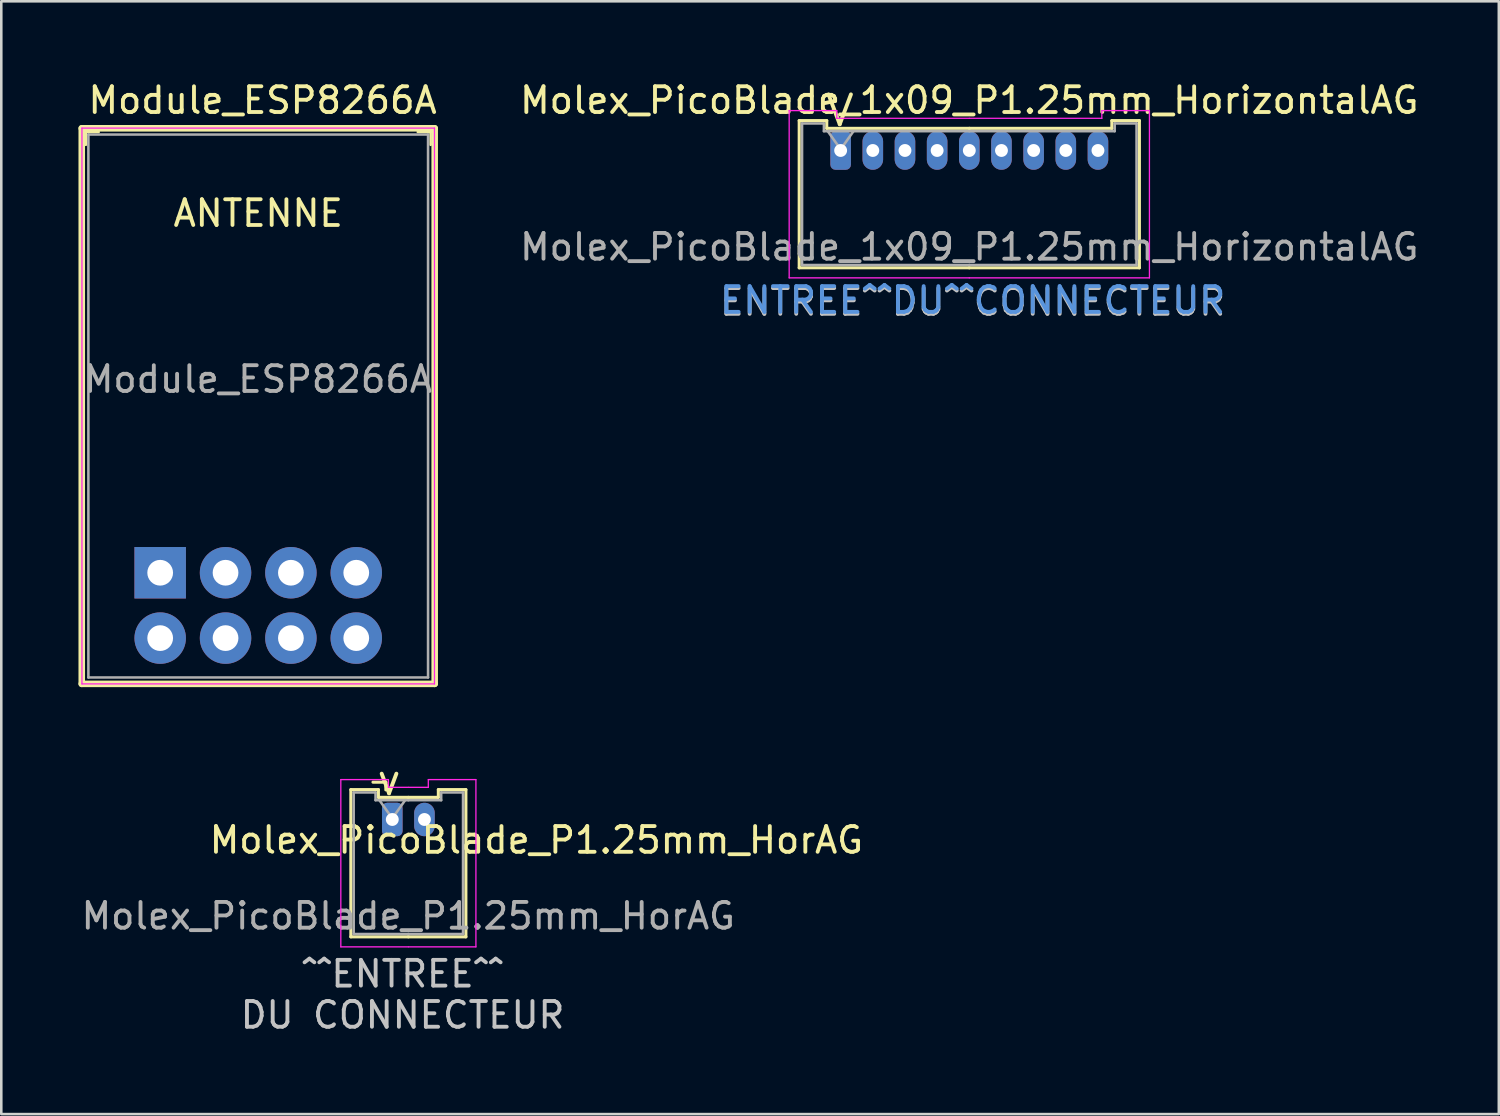
<source format=kicad_pcb>
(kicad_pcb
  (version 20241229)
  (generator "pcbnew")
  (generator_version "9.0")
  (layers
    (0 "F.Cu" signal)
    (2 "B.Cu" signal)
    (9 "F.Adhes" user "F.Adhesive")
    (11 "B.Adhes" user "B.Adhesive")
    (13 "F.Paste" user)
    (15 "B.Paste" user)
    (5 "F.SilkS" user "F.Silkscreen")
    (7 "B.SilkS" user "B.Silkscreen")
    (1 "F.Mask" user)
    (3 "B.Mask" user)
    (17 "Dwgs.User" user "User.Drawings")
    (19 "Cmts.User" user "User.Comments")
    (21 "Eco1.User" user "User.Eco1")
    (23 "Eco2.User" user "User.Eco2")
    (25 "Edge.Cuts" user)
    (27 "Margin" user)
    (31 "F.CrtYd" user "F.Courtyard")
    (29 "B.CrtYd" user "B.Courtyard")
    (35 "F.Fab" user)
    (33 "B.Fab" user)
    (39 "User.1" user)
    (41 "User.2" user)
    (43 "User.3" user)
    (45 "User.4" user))
  (footprint "Molex_PicoBlade_P1.25mm_HorAG"
    (layer "F.Cu")
    (at 12.195 28.797)
    (property "Reference" "Molex_PicoBlade_P1.25mm_HorAG" (at 5.6 0.8 0) (layer "F.SilkS") (effects (font (size 1 1) (thickness 0.15))))
    (attr through_hole)
    (fp_line (start -1.61 -1.16) (end -1.61 4.56) (stroke (width 0.12) (type solid)) (layer "F.SilkS"))
    (fp_line (start -1.61 4.56) (end 0.625 4.56) (stroke (width 0.12) (type solid)) (layer "F.SilkS"))
    (fp_line (start -0.54 -1.16) (end -1.61 -1.16) (stroke (width 0.12) (type solid)) (layer "F.SilkS"))
    (fp_line (start -0.54 -0.86) (end -0.54 -1.16) (stroke (width 0.12) (type solid)) (layer "F.SilkS"))
    (fp_line (start -0.25 -1.45) (end -0.75 -1.45) (stroke (width 0.12) (type solid)) (layer "F.SilkS"))
    (fp_line (start -0.25 -1.15) (end -0.25 -1.45) (stroke (width 0.12) (type solid)) (layer "F.SilkS"))
    (fp_line (start 0.625 -0.86) (end -0.54 -0.86) (stroke (width 0.12) (type solid)) (layer "F.SilkS"))
    (fp_line (start 0.625 -0.86) (end 1.79 -0.86) (stroke (width 0.12) (type solid)) (layer "F.SilkS"))
    (fp_line (start 1.79 -1.16) (end 2.86 -1.16) (stroke (width 0.12) (type solid)) (layer "F.SilkS"))
    (fp_line (start 1.79 -0.86) (end 1.79 -1.16) (stroke (width 0.12) (type solid)) (layer "F.SilkS"))
    (fp_line (start 2.86 -1.16) (end 2.86 4.56) (stroke (width 0.12) (type solid)) (layer "F.SilkS"))
    (fp_line (start 2.86 4.56) (end 0.625 4.56) (stroke (width 0.12) (type solid)) (layer "F.SilkS"))
    (fp_line (start -2 -1.55) (end -2 4.95) (stroke (width 0.05) (type solid)) (layer "F.CrtYd"))
    (fp_line (start -2 4.95) (end 0.62 4.95) (stroke (width 0.05) (type solid)) (layer "F.CrtYd"))
    (fp_line (start -0.15 -1.55) (end -2 -1.55) (stroke (width 0.05) (type solid)) (layer "F.CrtYd"))
    (fp_line (start -0.15 -1.25) (end -0.15 -1.55) (stroke (width 0.05) (type solid)) (layer "F.CrtYd"))
    (fp_line (start 0.62 -1.25) (end -0.15 -1.25) (stroke (width 0.05) (type solid)) (layer "F.CrtYd"))
    (fp_line (start 0.63 -1.25) (end 1.4 -1.25) (stroke (width 0.05) (type solid)) (layer "F.CrtYd"))
    (fp_line (start 1.4 -1.55) (end 3.25 -1.55) (stroke (width 0.05) (type solid)) (layer "F.CrtYd"))
    (fp_line (start 1.4 -1.25) (end 1.4 -1.55) (stroke (width 0.05) (type solid)) (layer "F.CrtYd"))
    (fp_line (start 3.25 -1.55) (end 3.25 4.95) (stroke (width 0.05) (type solid)) (layer "F.CrtYd"))
    (fp_line (start 3.25 4.95) (end 0.63 4.95) (stroke (width 0.05) (type solid)) (layer "F.CrtYd"))
    (fp_line (start -1.5 -1.05) (end -1.5 4.45) (stroke (width 0.1) (type solid)) (layer "F.Fab"))
    (fp_line (start -1.5 4.45) (end 0.625 4.45) (stroke (width 0.1) (type solid)) (layer "F.Fab"))
    (fp_line (start -0.65 -1.05) (end -1.5 -1.05) (stroke (width 0.1) (type solid)) (layer "F.Fab"))
    (fp_line (start -0.65 -0.75) (end -0.65 -1.05) (stroke (width 0.1) (type solid)) (layer "F.Fab"))
    (fp_line (start -0.5 -0.75) (end 0 -0.043) (stroke (width 0.1) (type solid)) (layer "F.Fab"))
    (fp_line (start 0 -0.043) (end 0.5 -0.75) (stroke (width 0.1) (type solid)) (layer "F.Fab"))
    (fp_line (start 0.625 -0.75) (end -0.65 -0.75) (stroke (width 0.1) (type solid)) (layer "F.Fab"))
    (fp_line (start 0.625 -0.75) (end 1.9 -0.75) (stroke (width 0.1) (type solid)) (layer "F.Fab"))
    (fp_line (start 1.9 -1.05) (end 2.75 -1.05) (stroke (width 0.1) (type solid)) (layer "F.Fab"))
    (fp_line (start 1.9 -0.75) (end 1.9 -1.05) (stroke (width 0.1) (type solid)) (layer "F.Fab"))
    (fp_line (start 2.75 -1.05) (end 2.75 4.45) (stroke (width 0.1) (type solid)) (layer "F.Fab"))
    (fp_line (start 2.75 4.45) (end 0.625 4.45) (stroke (width 0.1) (type solid)) (layer "F.Fab"))
    (fp_text user "<" (at -0.2 -1.4 90) (unlocked yes) (layer "F.SilkS") (effects (font (size 1 1) (thickness 0.15))))
    (fp_text user "^^ENTREE^^" (at 0.4 6 0) (unlocked yes) (layer "Dwgs.User") (effects (font (size 1 1) (thickness 0.15))))
    (fp_text user "DU CONNECTEUR" (at 0.4 7.6 0) (unlocked yes) (layer "Dwgs.User") (effects (font (size 1 1) (thickness 0.15))))
    (fp_text user "${REFERENCE}" (at 0.62 3.75 0) (layer "F.Fab") (effects (font (size 1 1) (thickness 0.15))))
    (pad "1" thru_hole roundrect (at 0 0) (size 0.8 1.3) (drill 0.5) (layers "*.Cu" "*.Mask") (roundrect_rratio 0.25))
    (pad "2" thru_hole oval (at 1.25 0) (size 0.8 1.3) (drill 0.5) (layers "*.Cu" "*.Mask")))
  (footprint "Module_ESP8266A"
    (layer "F.Cu")
    (at 3.175 19.208)
    (property "Reference" "Module_ESP8266A" (at 3.98 -18.36 180) (layer "F.SilkS") (effects (font (size 1 1) (thickness 0.15))))
    (attr through_hole)
    (fp_line (start -3.048 -17.272) (end -3.048 4.318) (stroke (width 0.254) (type solid)) (layer "F.SilkS"))
    (fp_line (start -3.048 4.318) (end 10.668 4.318) (stroke (width 0.254) (type solid)) (layer "F.SilkS"))
    (fp_line (start -2.89 -17.13) (end -2.89 -16.63) (stroke (width 0.1) (type solid)) (layer "F.SilkS"))
    (fp_line (start -2.89 -17.13) (end -2.39 -17.13) (stroke (width 0.1) (type solid)) (layer "F.SilkS"))
    (fp_line (start 10.51 -17.13) (end 10.01 -17.13) (stroke (width 0.1) (type solid)) (layer "F.SilkS"))
    (fp_line (start 10.51 -17.13) (end 10.51 -16.63) (stroke (width 0.1) (type solid)) (layer "F.SilkS"))
    (fp_line (start 10.668 -17.272) (end -3.048 -17.272) (stroke (width 0.254) (type solid)) (layer "F.SilkS"))
    (fp_line (start 10.668 4.318) (end 10.668 -17.272) (stroke (width 0.254) (type solid)) (layer "F.SilkS"))
    (fp_line (start -3.04 -17.28) (end 10.66 -17.28) (stroke (width 0.05) (type solid)) (layer "F.CrtYd"))
    (fp_line (start -3.04 4.32) (end -3.04 -17.28) (stroke (width 0.05) (type solid)) (layer "F.CrtYd"))
    (fp_line (start -3.04 4.32) (end 10.66 4.32) (stroke (width 0.05) (type solid)) (layer "F.CrtYd"))
    (fp_line (start 10.66 4.32) (end 10.66 -17.28) (stroke (width 0.05) (type solid)) (layer "F.CrtYd"))
    (fp_line (start -2.79 4.07) (end -2.79 -17.03) (stroke (width 0.1) (type solid)) (layer "F.Fab"))
    (fp_line (start 10.41 -17.03) (end -2.79 -17.03) (stroke (width 0.1) (type solid)) (layer "F.Fab"))
    (fp_line (start 10.41 4.07) (end -2.79 4.07) (stroke (width 0.1) (type solid)) (layer "F.Fab"))
    (fp_line (start 10.41 4.07) (end 10.41 -17.03) (stroke (width 0.1) (type solid)) (layer "F.Fab"))
    (fp_text user "ANTENNE" (at 3.81 -13.97 0) (unlocked yes) (layer "F.SilkS") (effects (font (size 1 1) (thickness 0.15))))
    (fp_text user "${REFERENCE}" (at 3.8 -7.52 180) (layer "F.Fab") (effects (font (size 1 1) (thickness 0.15))))
    (pad "1" thru_hole rect (at 0 0 180) (size 2 2) (drill 1) (layers "*.Cu" "*.Mask"))
    (pad "2" thru_hole circle (at 0 2.54 180) (size 2 2) (drill 1) (layers "*.Cu" "*.Mask"))
    (pad "3" thru_hole circle (at 2.54 0 180) (size 2 2) (drill 1) (layers "*.Cu" "*.Mask"))
    (pad "4" thru_hole circle (at 2.54 2.54 180) (size 2 2) (drill 1) (layers "*.Cu" "*.Mask"))
    (pad "5" thru_hole circle (at 5.08 0 180) (size 2 2) (drill 1) (layers "*.Cu" "*.Mask"))
    (pad "6" thru_hole circle (at 5.08 2.54 180) (size 2 2) (drill 1) (layers "*.Cu" "*.Mask"))
    (pad "7" thru_hole circle (at 7.62 0 180) (size 2 2) (drill 1) (layers "*.Cu" "*.Mask"))
    (pad "8" thru_hole circle (at 7.62 2.54 180) (size 2 2) (drill 1) (layers "*.Cu" "*.Mask")))
  (footprint "Molex_PicoBlade_1x09_P1.25mm_HorizontalAG"
    (layer "F.Cu")
    (at 29.619 2.798)
    (property "Reference" "Molex_PicoBlade_1x09_P1.25mm_HorizontalAG" (at 5 -1.95 0) (layer "F.SilkS") (effects (font (size 1 1) (thickness 0.15))))
    (attr through_hole)
    (fp_line (start -1.61 -1.16) (end -1.61 4.56) (stroke (width 0.12) (type solid)) (layer "F.SilkS"))
    (fp_line (start -1.61 4.56) (end 5 4.56) (stroke (width 0.12) (type solid)) (layer "F.SilkS"))
    (fp_line (start -0.54 -1.16) (end -1.61 -1.16) (stroke (width 0.12) (type solid)) (layer "F.SilkS"))
    (fp_line (start -0.54 -0.86) (end -0.54 -1.16) (stroke (width 0.12) (type solid)) (layer "F.SilkS"))
    (fp_line (start 5 -0.86) (end -0.54 -0.86) (stroke (width 0.12) (type solid)) (layer "F.SilkS"))
    (fp_line (start 5 -0.86) (end 10.54 -0.86) (stroke (width 0.12) (type solid)) (layer "F.SilkS"))
    (fp_line (start 10.54 -1.16) (end 11.61 -1.16) (stroke (width 0.12) (type solid)) (layer "F.SilkS"))
    (fp_line (start 10.54 -0.86) (end 10.54 -1.16) (stroke (width 0.12) (type solid)) (layer "F.SilkS"))
    (fp_line (start 11.61 -1.16) (end 11.61 4.56) (stroke (width 0.12) (type solid)) (layer "F.SilkS"))
    (fp_line (start 11.61 4.56) (end 5 4.56) (stroke (width 0.12) (type solid)) (layer "F.SilkS"))
    (fp_line (start -2 -1.55) (end -2 4.95) (stroke (width 0.05) (type solid)) (layer "F.CrtYd"))
    (fp_line (start -2 4.95) (end 5 4.95) (stroke (width 0.05) (type solid)) (layer "F.CrtYd"))
    (fp_line (start -0.15 -1.55) (end -2 -1.55) (stroke (width 0.05) (type solid)) (layer "F.CrtYd"))
    (fp_line (start -0.15 -1.25) (end -0.15 -1.55) (stroke (width 0.05) (type solid)) (layer "F.CrtYd"))
    (fp_line (start 5 -1.25) (end -0.15 -1.25) (stroke (width 0.05) (type solid)) (layer "F.CrtYd"))
    (fp_line (start 5 -1.25) (end 10.15 -1.25) (stroke (width 0.05) (type solid)) (layer "F.CrtYd"))
    (fp_line (start 10.15 -1.55) (end 12 -1.55) (stroke (width 0.05) (type solid)) (layer "F.CrtYd"))
    (fp_line (start 10.15 -1.25) (end 10.15 -1.55) (stroke (width 0.05) (type solid)) (layer "F.CrtYd"))
    (fp_line (start 12 -1.55) (end 12 4.95) (stroke (width 0.05) (type solid)) (layer "F.CrtYd"))
    (fp_line (start 12 4.95) (end 5 4.95) (stroke (width 0.05) (type solid)) (layer "F.CrtYd"))
    (fp_line (start -1.5 -1.05) (end -1.5 4.45) (stroke (width 0.1) (type solid)) (layer "F.Fab"))
    (fp_line (start -1.5 4.45) (end 5 4.45) (stroke (width 0.1) (type solid)) (layer "F.Fab"))
    (fp_line (start -0.65 -1.05) (end -1.5 -1.05) (stroke (width 0.1) (type solid)) (layer "F.Fab"))
    (fp_line (start -0.65 -0.75) (end -0.65 -1.05) (stroke (width 0.1) (type solid)) (layer "F.Fab"))
    (fp_line (start -0.5 -0.75) (end 0 -0.043) (stroke (width 0.1) (type solid)) (layer "F.Fab"))
    (fp_line (start 0 -0.043) (end 0.5 -0.75) (stroke (width 0.1) (type solid)) (layer "F.Fab"))
    (fp_line (start 5 -0.75) (end -0.65 -0.75) (stroke (width 0.1) (type solid)) (layer "F.Fab"))
    (fp_line (start 5 -0.75) (end 10.65 -0.75) (stroke (width 0.1) (type solid)) (layer "F.Fab"))
    (fp_line (start 10.65 -1.05) (end 11.5 -1.05) (stroke (width 0.1) (type solid)) (layer "F.Fab"))
    (fp_line (start 10.65 -0.75) (end 10.65 -1.05) (stroke (width 0.1) (type solid)) (layer "F.Fab"))
    (fp_line (start 11.5 -1.05) (end 11.5 4.45) (stroke (width 0.1) (type solid)) (layer "F.Fab"))
    (fp_line (start 11.5 4.45) (end 5 4.45) (stroke (width 0.1) (type solid)) (layer "F.Fab"))
    (fp_text user "<" (at -0.152 -1.6 90) (unlocked yes) (layer "F.SilkS") (effects (font (size 1.524 1.524) (thickness 0.15))))
    (fp_text user "ENTREE^^DU^^CONNECTEUR" (at 5.131 5.893 0) (layer "Dwgs.User") (effects (font (size 1 1) (thickness 0.15))))
    (fp_text user "ENTREE^^DU^^CONNECTEUR" (at 5.131 5.817 0) (layer "Cmts.User") (effects (font (size 1 1) (thickness 0.15))))
    (fp_text user "${REFERENCE}" (at 5 3.75 0) (layer "F.Fab") (effects (font (size 1 1) (thickness 0.15))))
    (pad "1" thru_hole roundrect (at 0 0) (size 0.8 1.5) (drill 0.5) (layers "*.Cu" "*.Mask") (roundrect_rratio 0.25))
    (pad "2" thru_hole oval (at 1.25 0) (size 0.8 1.5) (drill 0.5) (layers "*.Cu" "*.Mask"))
    (pad "3" thru_hole oval (at 2.5 0) (size 0.8 1.5) (drill 0.5) (layers "*.Cu" "*.Mask"))
    (pad "4" thru_hole oval (at 3.75 0) (size 0.8 1.5) (drill 0.5) (layers "*.Cu" "*.Mask"))
    (pad "5" thru_hole oval (at 5 0) (size 0.8 1.5) (drill 0.5) (layers "*.Cu" "*.Mask"))
    (pad "6" thru_hole oval (at 6.25 0) (size 0.8 1.5) (drill 0.5) (layers "*.Cu" "*.Mask"))
    (pad "7" thru_hole oval (at 7.5 0) (size 0.8 1.5) (drill 0.5) (layers "*.Cu" "*.Mask"))
    (pad "8" thru_hole oval (at 8.75 0) (size 0.8 1.5) (drill 0.5) (layers "*.Cu" "*.Mask"))
    (pad "9" thru_hole oval (at 10 0) (size 0.8 1.5) (drill 0.5) (layers "*.Cu" "*.Mask")))
  (gr_rect
    (start -3 -3)
    (end 55.197 40.246)
    (stroke (width 0.1) (type default))
    (fill no)
    (layer "Edge.Cuts")))
</source>
